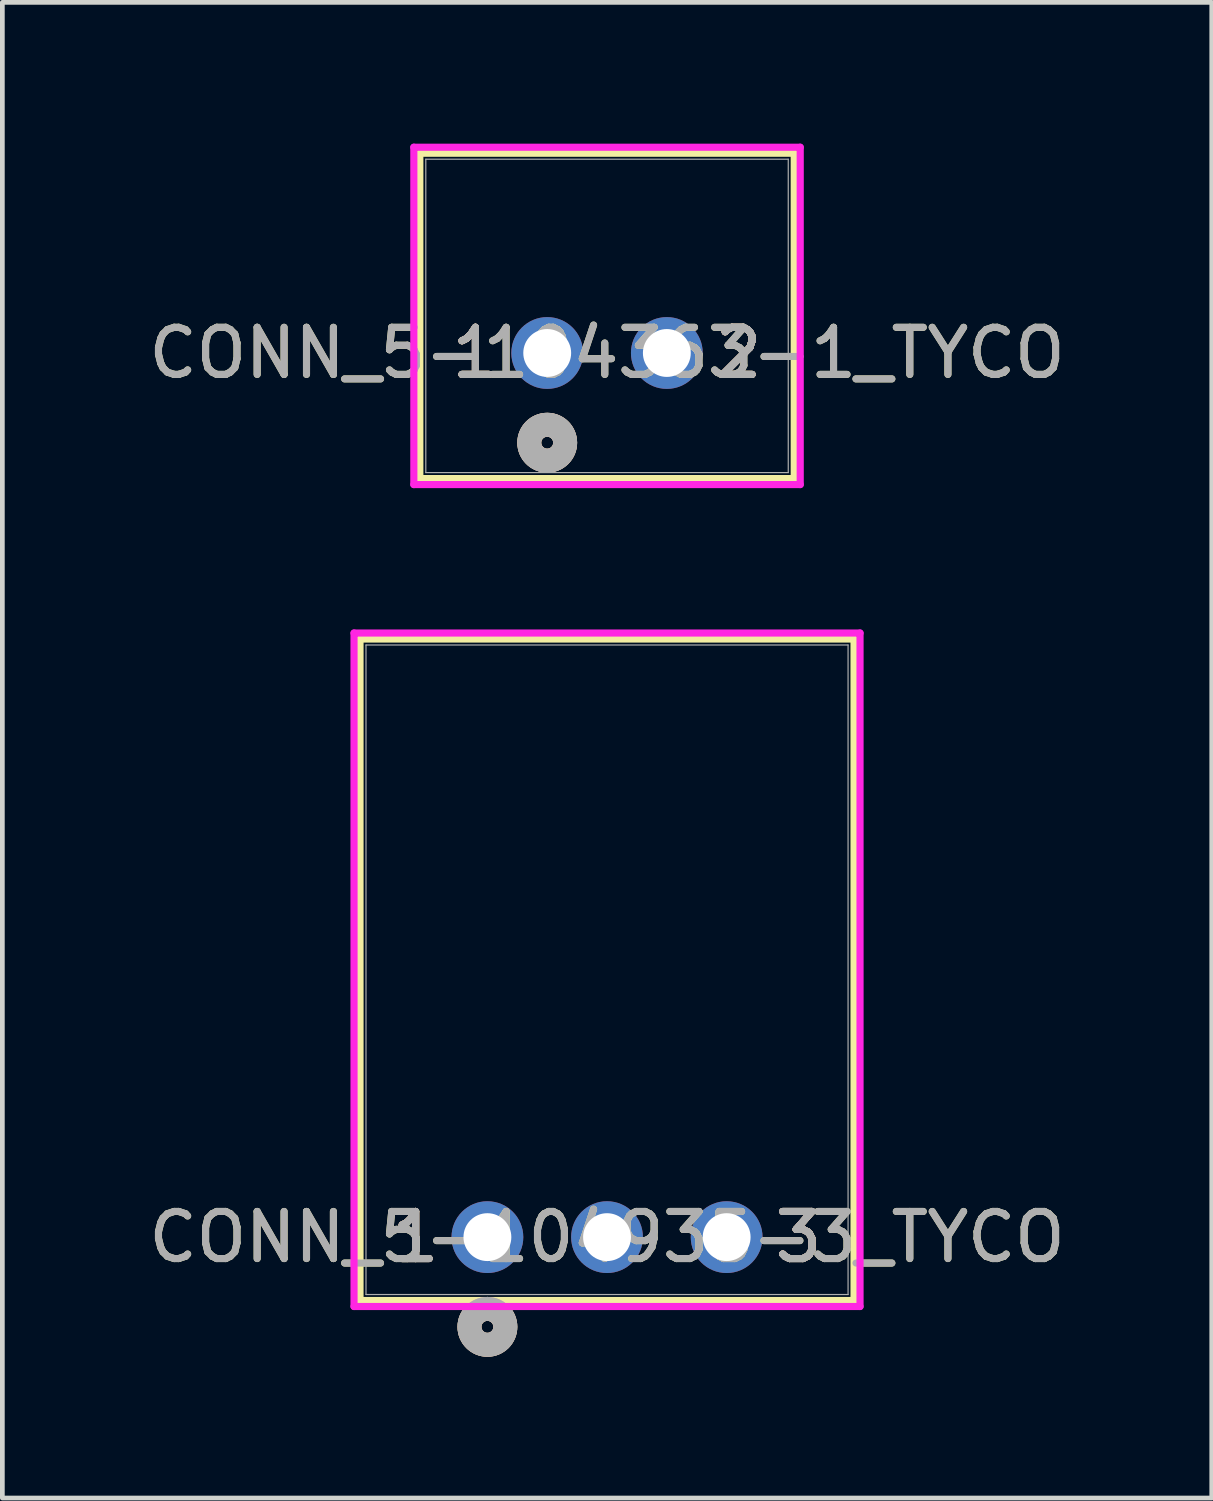
<source format=kicad_pcb>
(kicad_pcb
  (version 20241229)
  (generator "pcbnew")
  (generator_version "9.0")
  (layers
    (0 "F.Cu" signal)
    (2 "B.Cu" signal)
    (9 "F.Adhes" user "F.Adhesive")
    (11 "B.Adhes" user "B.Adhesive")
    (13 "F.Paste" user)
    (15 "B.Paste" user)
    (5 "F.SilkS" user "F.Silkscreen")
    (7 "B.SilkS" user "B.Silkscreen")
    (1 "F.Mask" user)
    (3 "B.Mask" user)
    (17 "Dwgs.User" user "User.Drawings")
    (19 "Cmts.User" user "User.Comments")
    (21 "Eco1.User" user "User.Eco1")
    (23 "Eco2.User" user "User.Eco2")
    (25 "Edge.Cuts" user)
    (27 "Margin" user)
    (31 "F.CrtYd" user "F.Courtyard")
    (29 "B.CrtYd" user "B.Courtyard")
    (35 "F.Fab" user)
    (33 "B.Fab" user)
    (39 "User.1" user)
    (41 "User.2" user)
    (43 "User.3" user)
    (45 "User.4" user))
  (footprint "CONN_5-104363-1_TYCO"
    (layer "F.Cu")
    (at 8.569 4.445)
    (property "Reference" "CONN_5-104363-1_TYCO" (at 1.27 0 0) (unlocked yes) (layer "F.SilkS") (effects (font (size 1 1) (thickness 0.15))))
    (attr through_hole)
    (fp_line (start -2.705 -4.242) (end -2.705 2.667) (stroke (width 0.152) (type solid)) (layer "F.SilkS"))
    (fp_line (start -2.705 2.667) (end 5.245 2.667) (stroke (width 0.152) (type solid)) (layer "F.SilkS"))
    (fp_line (start 5.245 -4.242) (end -2.705 -4.242) (stroke (width 0.152) (type solid)) (layer "F.SilkS"))
    (fp_line (start 5.245 2.667) (end 5.245 -4.242) (stroke (width 0.152) (type solid)) (layer "F.SilkS"))
    (fp_circle (center 0 1.905) (end 0.381 1.905) (stroke (width 0.508) (type solid)) (fill no) (layer "F.SilkS"))
    (fp_circle (center 0 1.905) (end 0.381 1.905) (stroke (width 0.508) (type solid)) (fill no) (layer "B.SilkS"))
    (fp_line (start -2.832 -4.369) (end -2.832 2.794) (stroke (width 0.152) (type solid)) (layer "F.CrtYd"))
    (fp_line (start -2.832 2.794) (end 5.372 2.794) (stroke (width 0.152) (type solid)) (layer "F.CrtYd"))
    (fp_line (start 5.372 -4.369) (end -2.832 -4.369) (stroke (width 0.152) (type solid)) (layer "F.CrtYd"))
    (fp_line (start 5.372 2.794) (end 5.372 -4.369) (stroke (width 0.152) (type solid)) (layer "F.CrtYd"))
    (fp_line (start -2.578 -4.115) (end -2.578 2.54) (stroke (width 0.025) (type solid)) (layer "F.Fab"))
    (fp_line (start -2.578 2.54) (end 5.118 2.54) (stroke (width 0.025) (type solid)) (layer "F.Fab"))
    (fp_line (start 5.118 -4.115) (end -2.578 -4.115) (stroke (width 0.025) (type solid)) (layer "F.Fab"))
    (fp_line (start 5.118 2.54) (end 5.118 -4.115) (stroke (width 0.025) (type solid)) (layer "F.Fab"))
    (fp_circle (center 0 1.905) (end 0.381 1.905) (stroke (width 0.508) (type solid)) (fill no) (layer "F.Fab"))
    (fp_text user "2" (at 4.064 0 0) (unlocked yes) (layer "F.SilkS") (effects (font (size 1 1) (thickness 0.15))))
    (fp_text user "1" (at -1.524 0 0) (unlocked yes) (layer "F.SilkS") (effects (font (size 1 1) (thickness 0.15))))
    (fp_text user "2" (at 4.064 0 0) (unlocked yes) (layer "F.SilkS") (effects (font (size 1 1) (thickness 0.15))))
    (fp_text user "1" (at -1.524 0 0) (unlocked yes) (layer "F.SilkS") (effects (font (size 1 1) (thickness 0.15))))
    (fp_text user "1" (at -1.524 0 0) (unlocked yes) (layer "B.SilkS") (effects (font (size 1 1) (thickness 0.15))))
    (fp_text user "2" (at 4.064 0 0) (unlocked yes) (layer "B.SilkS") (effects (font (size 1 1) (thickness 0.15))))
    (fp_text user "2" (at 4.064 0 0) (unlocked yes) (layer "B.SilkS") (effects (font (size 1 1) (thickness 0.15))))
    (fp_text user "1" (at -1.524 0 0) (unlocked yes) (layer "B.SilkS") (effects (font (size 1 1) (thickness 0.15))))
    (fp_text user "1" (at -1.524 0 0) (unlocked yes) (layer "F.Fab") (effects (font (size 1 1) (thickness 0.15))))
    (fp_text user "1" (at -1.524 0 0) (unlocked yes) (layer "F.Fab") (effects (font (size 1 1) (thickness 0.15))))
    (fp_text user "2" (at 4.064 0 0) (unlocked yes) (layer "F.Fab") (effects (font (size 1 1) (thickness 0.15))))
    (fp_text user "${REFERENCE}" (at 1.27 0 0) (unlocked yes) (layer "F.Fab") (effects (font (size 1 1) (thickness 0.15))))
    (fp_text user "2" (at 4.064 0 0) (unlocked yes) (layer "F.Fab") (effects (font (size 1 1) (thickness 0.15))))
    (pad "1" thru_hole circle (at 0 0) (size 1.524 1.524) (drill 1.016) (layers "*.Cu" "*.Mask"))
    (pad "2" thru_hole circle (at 2.54 0) (size 1.524 1.524) (drill 1.016) (layers "*.Cu" "*.Mask")))
  (footprint "CONN_5-104935-3_TYCO"
    (layer "F.Cu")
    (at 7.299 23.218)
    (property "Reference" "CONN_5-104935-3_TYCO" (at 2.54 0 0) (unlocked yes) (layer "F.SilkS") (effects (font (size 1 1) (thickness 0.15))))
    (attr through_hole)
    (fp_line (start -2.705 -12.7) (end -2.705 1.346) (stroke (width 0.152) (type solid)) (layer "F.SilkS"))
    (fp_line (start -2.705 1.346) (end 7.785 1.346) (stroke (width 0.152) (type solid)) (layer "F.SilkS"))
    (fp_line (start 7.785 -12.7) (end -2.705 -12.7) (stroke (width 0.152) (type solid)) (layer "F.SilkS"))
    (fp_line (start 7.785 1.346) (end 7.785 -12.7) (stroke (width 0.152) (type solid)) (layer "F.SilkS"))
    (fp_circle (center 0 1.905) (end 0.381 1.905) (stroke (width 0.508) (type solid)) (fill no) (layer "F.SilkS"))
    (fp_circle (center 0 1.905) (end 0.381 1.905) (stroke (width 0.508) (type solid)) (fill no) (layer "B.SilkS"))
    (fp_line (start -2.832 -12.827) (end -2.832 1.473) (stroke (width 0.152) (type solid)) (layer "F.CrtYd"))
    (fp_line (start -2.832 1.473) (end 7.912 1.473) (stroke (width 0.152) (type solid)) (layer "F.CrtYd"))
    (fp_line (start 7.912 -12.827) (end -2.832 -12.827) (stroke (width 0.152) (type solid)) (layer "F.CrtYd"))
    (fp_line (start 7.912 1.473) (end 7.912 -12.827) (stroke (width 0.152) (type solid)) (layer "F.CrtYd"))
    (fp_line (start -2.578 -12.573) (end -2.578 1.219) (stroke (width 0.025) (type solid)) (layer "F.Fab"))
    (fp_line (start -2.578 1.219) (end 7.658 1.219) (stroke (width 0.025) (type solid)) (layer "F.Fab"))
    (fp_line (start 7.658 -12.573) (end -2.578 -12.573) (stroke (width 0.025) (type solid)) (layer "F.Fab"))
    (fp_line (start 7.658 1.219) (end 7.658 -12.573) (stroke (width 0.025) (type solid)) (layer "F.Fab"))
    (fp_circle (center 0 1.905) (end 0.381 1.905) (stroke (width 0.508) (type solid)) (fill no) (layer "F.Fab"))
    (fp_text user "3" (at 6.604 0 0) (unlocked yes) (layer "F.SilkS") (effects (font (size 1 1) (thickness 0.15))))
    (fp_text user "1" (at -1.524 0 0) (unlocked yes) (layer "F.SilkS") (effects (font (size 1 1) (thickness 0.15))))
    (fp_text user "3" (at 6.604 0 0) (unlocked yes) (layer "F.SilkS") (effects (font (size 1 1) (thickness 0.15))))
    (fp_text user "1" (at -1.524 0 0) (unlocked yes) (layer "F.SilkS") (effects (font (size 1 1) (thickness 0.15))))
    (fp_text user "3" (at 6.604 0 0) (unlocked yes) (layer "B.SilkS") (effects (font (size 1 1) (thickness 0.15))))
    (fp_text user "1" (at -1.524 0 0) (unlocked yes) (layer "B.SilkS") (effects (font (size 1 1) (thickness 0.15))))
    (fp_text user "3" (at 6.604 0 0) (unlocked yes) (layer "B.SilkS") (effects (font (size 1 1) (thickness 0.15))))
    (fp_text user "1" (at -1.524 0 0) (unlocked yes) (layer "B.SilkS") (effects (font (size 1 1) (thickness 0.15))))
    (fp_text user "3" (at 6.604 0 0) (unlocked yes) (layer "F.Fab") (effects (font (size 1 1) (thickness 0.15))))
    (fp_text user "1" (at -1.524 0 0) (unlocked yes) (layer "F.Fab") (effects (font (size 1 1) (thickness 0.15))))
    (fp_text user "3" (at 6.604 0 0) (unlocked yes) (layer "F.Fab") (effects (font (size 1 1) (thickness 0.15))))
    (fp_text user "${REFERENCE}" (at 2.54 0 0) (unlocked yes) (layer "F.Fab") (effects (font (size 1 1) (thickness 0.15))))
    (fp_text user "1" (at -1.524 0 0) (unlocked yes) (layer "F.Fab") (effects (font (size 1 1) (thickness 0.15))))
    (pad "1" thru_hole circle (at 0 0) (size 1.524 1.524) (drill 1.016) (layers "*.Cu" "*.Mask"))
    (pad "2" thru_hole circle (at 2.54 0) (size 1.524 1.524) (drill 1.016) (layers "*.Cu" "*.Mask"))
    (pad "3" thru_hole circle (at 5.08 0) (size 1.524 1.524) (drill 1.016) (layers "*.Cu" "*.Mask")))
  (gr_rect
    (start -3 -3)
    (end 22.679 28.758)
    (stroke (width 0.1) (type default))
    (fill no)
    (layer "Edge.Cuts")))
</source>
